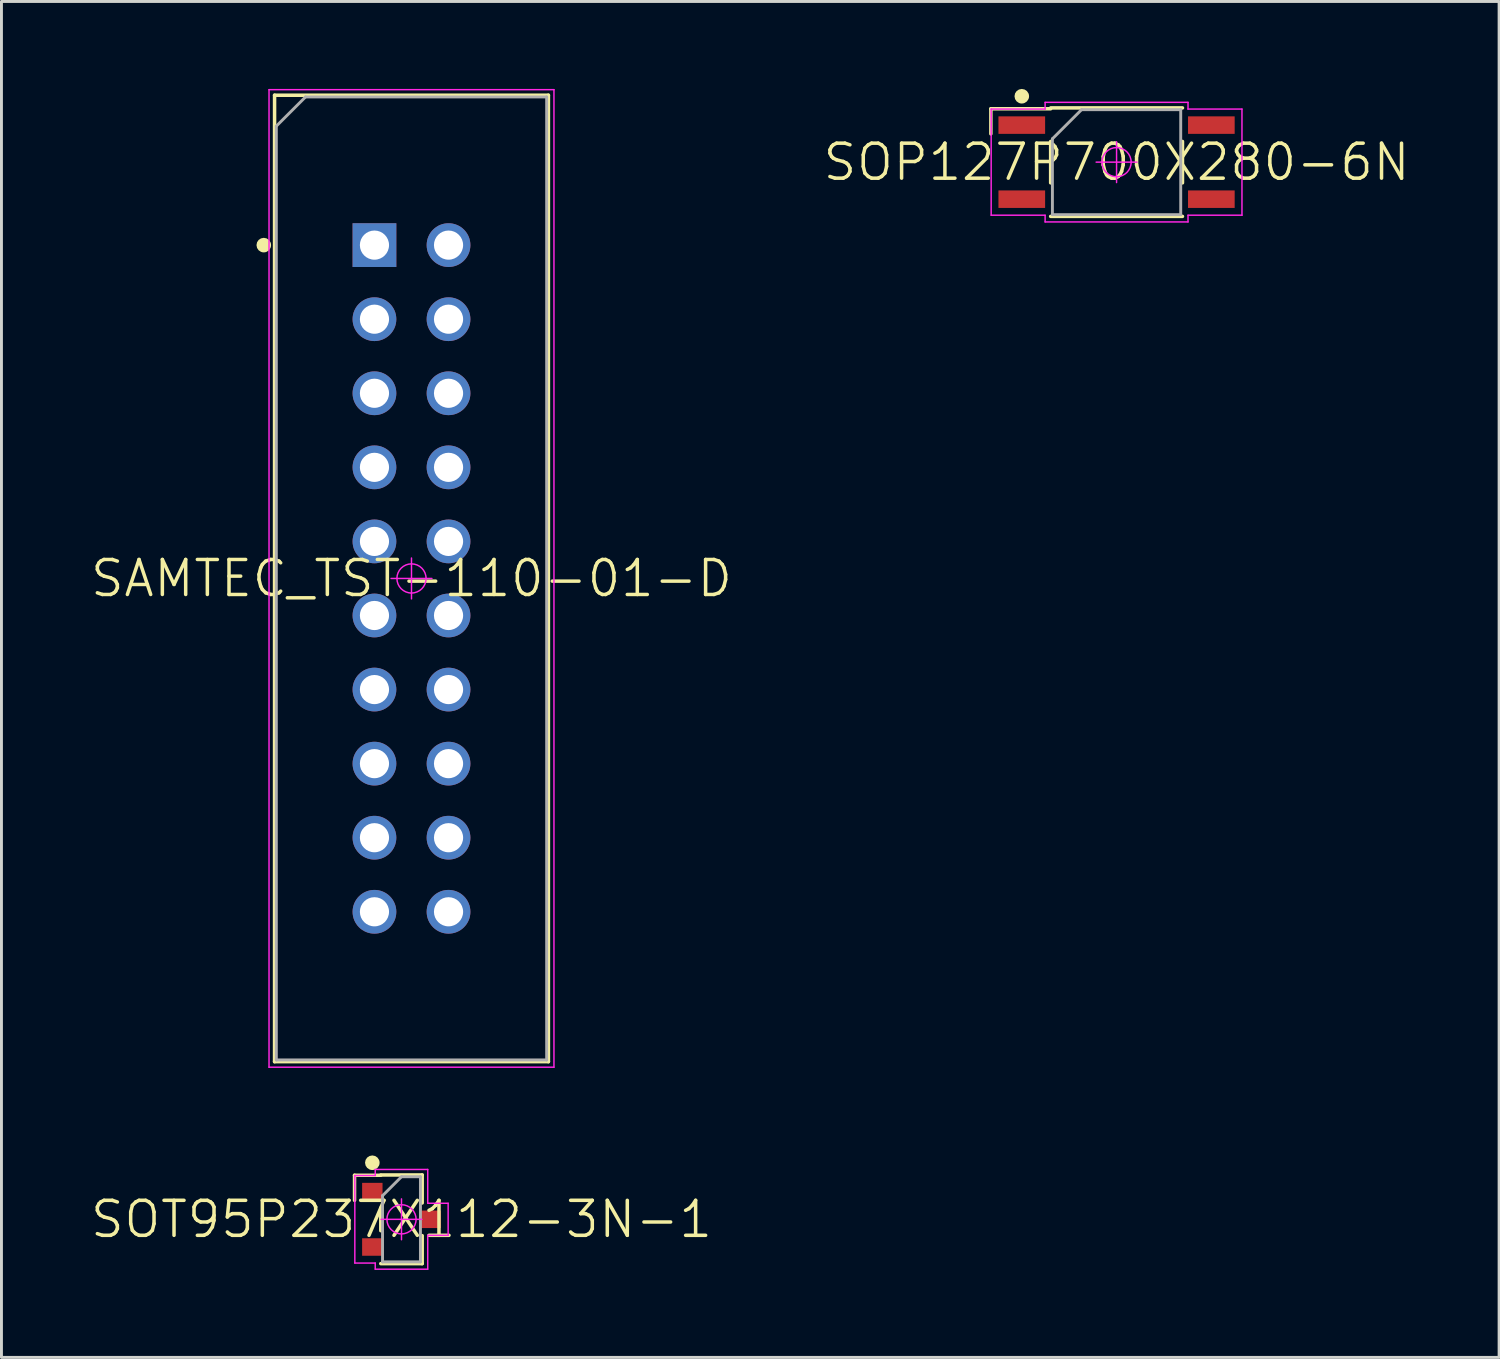
<source format=kicad_pcb>
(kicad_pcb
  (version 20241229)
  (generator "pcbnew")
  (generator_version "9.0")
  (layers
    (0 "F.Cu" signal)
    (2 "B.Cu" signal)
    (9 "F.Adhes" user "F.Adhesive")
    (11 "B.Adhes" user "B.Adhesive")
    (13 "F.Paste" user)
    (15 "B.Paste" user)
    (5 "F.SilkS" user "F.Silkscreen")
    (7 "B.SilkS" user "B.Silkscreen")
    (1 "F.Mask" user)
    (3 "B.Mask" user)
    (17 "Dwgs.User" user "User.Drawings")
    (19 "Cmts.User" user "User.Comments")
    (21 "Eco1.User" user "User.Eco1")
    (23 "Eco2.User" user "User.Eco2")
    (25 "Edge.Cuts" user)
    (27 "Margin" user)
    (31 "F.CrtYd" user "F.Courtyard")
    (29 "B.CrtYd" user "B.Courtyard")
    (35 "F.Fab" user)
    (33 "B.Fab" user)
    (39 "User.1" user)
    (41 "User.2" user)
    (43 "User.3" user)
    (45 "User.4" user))
  (footprint "SAMTEC_TST-110-01-D"
    (layer "F.Cu")
    (at 11.06 16.785)
    (property "Reference" "SAMTEC_TST-110-01-D" (at 0 0 0) (layer "F.SilkS") (effects (font (size 1.2 1.2) (thickness 0.12))))
    (attr through_hole)
    (fp_line (start -4.695 -16.57) (end 4.695 -16.57) (stroke (width 0.12) (type solid)) (layer "F.SilkS"))
    (fp_line (start -4.695 16.57) (end -4.695 -16.57) (stroke (width 0.12) (type solid)) (layer "F.SilkS"))
    (fp_line (start 4.695 -16.57) (end 4.695 16.57) (stroke (width 0.12) (type solid)) (layer "F.SilkS"))
    (fp_line (start 4.695 16.57) (end -4.695 16.57) (stroke (width 0.12) (type solid)) (layer "F.SilkS"))
    (fp_circle (center -5.065 -11.43) (end -5.065 -11.305) (stroke (width 0.25) (type solid)) (fill no) (layer "F.SilkS"))
    (fp_line (start -4.885 -16.76) (end 4.885 -16.76) (stroke (width 0.05) (type solid)) (layer "F.CrtYd"))
    (fp_line (start -4.885 16.76) (end -4.885 -16.76) (stroke (width 0.05) (type solid)) (layer "F.CrtYd"))
    (fp_line (start -0.7 0) (end 0.7 0) (stroke (width 0.05) (type solid)) (layer "F.CrtYd"))
    (fp_line (start 0 -0.7) (end 0 0.7) (stroke (width 0.05) (type solid)) (layer "F.CrtYd"))
    (fp_line (start 4.885 -16.76) (end 4.885 16.76) (stroke (width 0.05) (type solid)) (layer "F.CrtYd"))
    (fp_line (start 4.885 16.76) (end -4.885 16.76) (stroke (width 0.05) (type solid)) (layer "F.CrtYd"))
    (fp_circle (center 0 0) (end 0 0.5) (stroke (width 0.05) (type solid)) (fill no) (layer "F.CrtYd"))
    (fp_line (start -4.635 -15.51) (end -3.635 -16.51) (stroke (width 0.1) (type solid)) (layer "F.Fab"))
    (fp_line (start -4.635 16.51) (end -4.635 -15.51) (stroke (width 0.1) (type solid)) (layer "F.Fab"))
    (fp_line (start -3.635 -16.51) (end 4.635 -16.51) (stroke (width 0.1) (type solid)) (layer "F.Fab"))
    (fp_line (start 4.635 -16.51) (end 4.635 16.51) (stroke (width 0.1) (type solid)) (layer "F.Fab"))
    (fp_line (start 4.635 16.51) (end -4.635 16.51) (stroke (width 0.1) (type solid)) (layer "F.Fab"))
    (pad "1" thru_hole rect (at -1.27 -11.43) (size 1.5 1.5) (drill 1) (layers "*.Cu" "*.Paste" "*.Mask"))
    (pad "2" thru_hole circle (at 1.27 -11.43) (size 1.5 1.5) (drill 1) (layers "*.Cu" "*.Paste" "*.Mask"))
    (pad "3" thru_hole circle (at -1.27 -8.89) (size 1.5 1.5) (drill 1) (layers "*.Cu" "*.Paste" "*.Mask"))
    (pad "4" thru_hole circle (at 1.27 -8.89) (size 1.5 1.5) (drill 1) (layers "*.Cu" "*.Paste" "*.Mask"))
    (pad "5" thru_hole circle (at -1.27 -6.35) (size 1.5 1.5) (drill 1) (layers "*.Cu" "*.Paste" "*.Mask"))
    (pad "6" thru_hole circle (at 1.27 -6.35) (size 1.5 1.5) (drill 1) (layers "*.Cu" "*.Paste" "*.Mask"))
    (pad "7" thru_hole circle (at -1.27 -3.81) (size 1.5 1.5) (drill 1) (layers "*.Cu" "*.Paste" "*.Mask"))
    (pad "8" thru_hole circle (at 1.27 -3.81) (size 1.5 1.5) (drill 1) (layers "*.Cu" "*.Paste" "*.Mask"))
    (pad "9" thru_hole circle (at -1.27 -1.27) (size 1.5 1.5) (drill 1) (layers "*.Cu" "*.Paste" "*.Mask"))
    (pad "10" thru_hole circle (at 1.27 -1.27) (size 1.5 1.5) (drill 1) (layers "*.Cu" "*.Paste" "*.Mask"))
    (pad "11" thru_hole circle (at -1.27 1.27) (size 1.5 1.5) (drill 1) (layers "*.Cu" "*.Paste" "*.Mask"))
    (pad "12" thru_hole circle (at 1.27 1.27) (size 1.5 1.5) (drill 1) (layers "*.Cu" "*.Paste" "*.Mask"))
    (pad "13" thru_hole circle (at -1.27 3.81) (size 1.5 1.5) (drill 1) (layers "*.Cu" "*.Paste" "*.Mask"))
    (pad "14" thru_hole circle (at 1.27 3.81) (size 1.5 1.5) (drill 1) (layers "*.Cu" "*.Paste" "*.Mask"))
    (pad "15" thru_hole circle (at -1.27 6.35) (size 1.5 1.5) (drill 1) (layers "*.Cu" "*.Paste" "*.Mask"))
    (pad "16" thru_hole circle (at 1.27 6.35) (size 1.5 1.5) (drill 1) (layers "*.Cu" "*.Paste" "*.Mask"))
    (pad "17" thru_hole circle (at -1.27 8.89) (size 1.5 1.5) (drill 1) (layers "*.Cu" "*.Paste" "*.Mask"))
    (pad "18" thru_hole circle (at 1.27 8.89) (size 1.5 1.5) (drill 1) (layers "*.Cu" "*.Paste" "*.Mask"))
    (pad "19" thru_hole circle (at -1.27 11.43) (size 1.5 1.5) (drill 1) (layers "*.Cu" "*.Paste" "*.Mask"))
    (pad "20" thru_hole circle (at 1.27 11.43) (size 1.5 1.5) (drill 1) (layers "*.Cu" "*.Paste" "*.Mask")))
  (footprint "SOP127P700X280-6N"
    (layer "F.Cu")
    (at 35.237 2.51)
    (property "Reference" "SOP127P700X280-6N" (at 0 0 0) (layer "F.SilkS") (effects (font (size 1.2 1.2) (thickness 0.12))))
    (attr smd)
    (fp_line (start -4.31 -1.83) (end -4.31 -0.97) (stroke (width 0.12) (type solid)) (layer "F.SilkS"))
    (fp_line (start -2.26 -1.86) (end 2.26 -1.86) (stroke (width 0.12) (type solid)) (layer "F.SilkS"))
    (fp_line (start -2.26 -1.83) (end -4.31 -1.83) (stroke (width 0.12) (type solid)) (layer "F.SilkS"))
    (fp_line (start -2.26 -0.71) (end -2.26 0.71) (stroke (width 0.12) (type solid)) (layer "F.SilkS"))
    (fp_line (start 2.26 -0.71) (end 2.26 0.71) (stroke (width 0.12) (type solid)) (layer "F.SilkS"))
    (fp_line (start 2.26 1.86) (end -2.26 1.86) (stroke (width 0.12) (type solid)) (layer "F.SilkS"))
    (fp_circle (center -3.25 -2.26) (end -3.25 -2.135) (stroke (width 0.25) (type solid)) (fill no) (layer "F.SilkS"))
    (fp_line (start -4.3 -1.82) (end -2.45 -1.82) (stroke (width 0.05) (type solid)) (layer "F.CrtYd"))
    (fp_line (start -4.3 1.82) (end -4.3 -1.82) (stroke (width 0.05) (type solid)) (layer "F.CrtYd"))
    (fp_line (start -2.45 -2.05) (end 2.45 -2.05) (stroke (width 0.05) (type solid)) (layer "F.CrtYd"))
    (fp_line (start -2.45 -1.82) (end -2.45 -2.05) (stroke (width 0.05) (type solid)) (layer "F.CrtYd"))
    (fp_line (start -2.45 1.82) (end -4.3 1.82) (stroke (width 0.05) (type solid)) (layer "F.CrtYd"))
    (fp_line (start -2.45 2.05) (end -2.45 1.82) (stroke (width 0.05) (type solid)) (layer "F.CrtYd"))
    (fp_line (start -0.7 0) (end 0.7 0) (stroke (width 0.05) (type solid)) (layer "F.CrtYd"))
    (fp_line (start 0 -0.7) (end 0 0.7) (stroke (width 0.05) (type solid)) (layer "F.CrtYd"))
    (fp_line (start 2.45 -2.05) (end 2.45 -1.82) (stroke (width 0.05) (type solid)) (layer "F.CrtYd"))
    (fp_line (start 2.45 -1.82) (end 4.3 -1.82) (stroke (width 0.05) (type solid)) (layer "F.CrtYd"))
    (fp_line (start 2.45 1.82) (end 2.45 2.05) (stroke (width 0.05) (type solid)) (layer "F.CrtYd"))
    (fp_line (start 2.45 2.05) (end -2.45 2.05) (stroke (width 0.05) (type solid)) (layer "F.CrtYd"))
    (fp_line (start 4.3 -1.82) (end 4.3 1.82) (stroke (width 0.05) (type solid)) (layer "F.CrtYd"))
    (fp_line (start 4.3 1.82) (end 2.45 1.82) (stroke (width 0.05) (type solid)) (layer "F.CrtYd"))
    (fp_circle (center 0 0) (end 0 0.5) (stroke (width 0.05) (type solid)) (fill no) (layer "F.CrtYd"))
    (fp_line (start -2.2 -0.8) (end -1.2 -1.8) (stroke (width 0.1) (type solid)) (layer "F.Fab"))
    (fp_line (start -2.2 1.8) (end -2.2 -0.8) (stroke (width 0.1) (type solid)) (layer "F.Fab"))
    (fp_line (start -1.2 -1.8) (end 2.2 -1.8) (stroke (width 0.1) (type solid)) (layer "F.Fab"))
    (fp_line (start 2.2 -1.8) (end 2.2 1.8) (stroke (width 0.1) (type solid)) (layer "F.Fab"))
    (fp_line (start 2.2 1.8) (end -2.2 1.8) (stroke (width 0.1) (type solid)) (layer "F.Fab"))
    (pad "1" smd rect (at -3.25 -1.27) (size 1.6 0.6) (layers "F.Cu" "F.Mask" "F.Paste"))
    (pad "3" smd rect (at -3.25 1.27) (size 1.6 0.6) (layers "F.Cu" "F.Mask" "F.Paste"))
    (pad "4" smd rect (at 3.25 1.27) (size 1.6 0.6) (layers "F.Cu" "F.Mask" "F.Paste"))
    (pad "6" smd rect (at 3.25 -1.27) (size 1.6 0.6) (layers "F.Cu" "F.Mask" "F.Paste")))
  (footprint "SOT95P237X112-3N-1"
    (layer "F.Cu")
    (at 10.717 38.76)
    (property "Reference" "SOT95P237X112-3N-1" (at 0 0 0) (layer "F.SilkS") (effects (font (size 1.2 1.2) (thickness 0.12))))
    (attr smd)
    (fp_line (start -1.61 -1.51) (end -1.61 -0.65) (stroke (width 0.12) (type solid)) (layer "F.SilkS"))
    (fp_line (start -0.71 -1.52) (end 0.71 -1.52) (stroke (width 0.12) (type solid)) (layer "F.SilkS"))
    (fp_line (start -0.71 -1.51) (end -1.61 -1.51) (stroke (width 0.12) (type solid)) (layer "F.SilkS"))
    (fp_line (start -0.71 -0.39) (end -0.71 0.39) (stroke (width 0.12) (type solid)) (layer "F.SilkS"))
    (fp_line (start 0.71 -1.52) (end 0.71 -0.56) (stroke (width 0.12) (type solid)) (layer "F.SilkS"))
    (fp_line (start 0.71 0.56) (end 0.71 1.52) (stroke (width 0.12) (type solid)) (layer "F.SilkS"))
    (fp_line (start 0.71 1.52) (end -0.71 1.52) (stroke (width 0.12) (type solid)) (layer "F.SilkS"))
    (fp_circle (center -1 -1.94) (end -1 -1.815) (stroke (width 0.25) (type solid)) (fill no) (layer "F.SilkS"))
    (fp_line (start -1.6 -1.5) (end -0.9 -1.5) (stroke (width 0.05) (type solid)) (layer "F.CrtYd"))
    (fp_line (start -1.6 1.5) (end -1.6 -1.5) (stroke (width 0.05) (type solid)) (layer "F.CrtYd"))
    (fp_line (start -0.9 -1.71) (end 0.9 -1.71) (stroke (width 0.05) (type solid)) (layer "F.CrtYd"))
    (fp_line (start -0.9 -1.5) (end -0.9 -1.71) (stroke (width 0.05) (type solid)) (layer "F.CrtYd"))
    (fp_line (start -0.9 1.5) (end -1.6 1.5) (stroke (width 0.05) (type solid)) (layer "F.CrtYd"))
    (fp_line (start -0.9 1.71) (end -0.9 1.5) (stroke (width 0.05) (type solid)) (layer "F.CrtYd"))
    (fp_line (start -0.7 0) (end 0.7 0) (stroke (width 0.05) (type solid)) (layer "F.CrtYd"))
    (fp_line (start 0 -0.7) (end 0 0.7) (stroke (width 0.05) (type solid)) (layer "F.CrtYd"))
    (fp_line (start 0.9 -1.71) (end 0.9 -0.55) (stroke (width 0.05) (type solid)) (layer "F.CrtYd"))
    (fp_line (start 0.9 -0.55) (end 1.6 -0.55) (stroke (width 0.05) (type solid)) (layer "F.CrtYd"))
    (fp_line (start 0.9 0.55) (end 0.9 1.71) (stroke (width 0.05) (type solid)) (layer "F.CrtYd"))
    (fp_line (start 0.9 1.71) (end -0.9 1.71) (stroke (width 0.05) (type solid)) (layer "F.CrtYd"))
    (fp_line (start 1.6 -0.55) (end 1.6 0.55) (stroke (width 0.05) (type solid)) (layer "F.CrtYd"))
    (fp_line (start 1.6 0.55) (end 0.9 0.55) (stroke (width 0.05) (type solid)) (layer "F.CrtYd"))
    (fp_circle (center 0 0) (end 0 0.5) (stroke (width 0.05) (type solid)) (fill no) (layer "F.CrtYd"))
    (fp_line (start -0.65 -0.81) (end 0 -1.46) (stroke (width 0.1) (type solid)) (layer "F.Fab"))
    (fp_line (start -0.65 1.46) (end -0.65 -0.81) (stroke (width 0.1) (type solid)) (layer "F.Fab"))
    (fp_line (start 0 -1.46) (end 0.65 -1.46) (stroke (width 0.1) (type solid)) (layer "F.Fab"))
    (fp_line (start 0.65 -1.46) (end 0.65 1.46) (stroke (width 0.1) (type solid)) (layer "F.Fab"))
    (fp_line (start 0.65 1.46) (end -0.65 1.46) (stroke (width 0.1) (type solid)) (layer "F.Fab"))
    (pad "1" smd rect (at -1 -0.95) (size 0.7 0.6) (layers "F.Cu" "F.Mask" "F.Paste"))
    (pad "2" smd rect (at -1 0.95) (size 0.7 0.6) (layers "F.Cu" "F.Mask" "F.Paste"))
    (pad "3" smd rect (at 1 0) (size 0.7 0.6) (layers "F.Cu" "F.Mask" "F.Paste")))
  (gr_rect
    (start -3 -3)
    (end 48.354 43.495)
    (stroke (width 0.1) (type default))
    (fill no)
    (layer "Edge.Cuts")))
</source>
